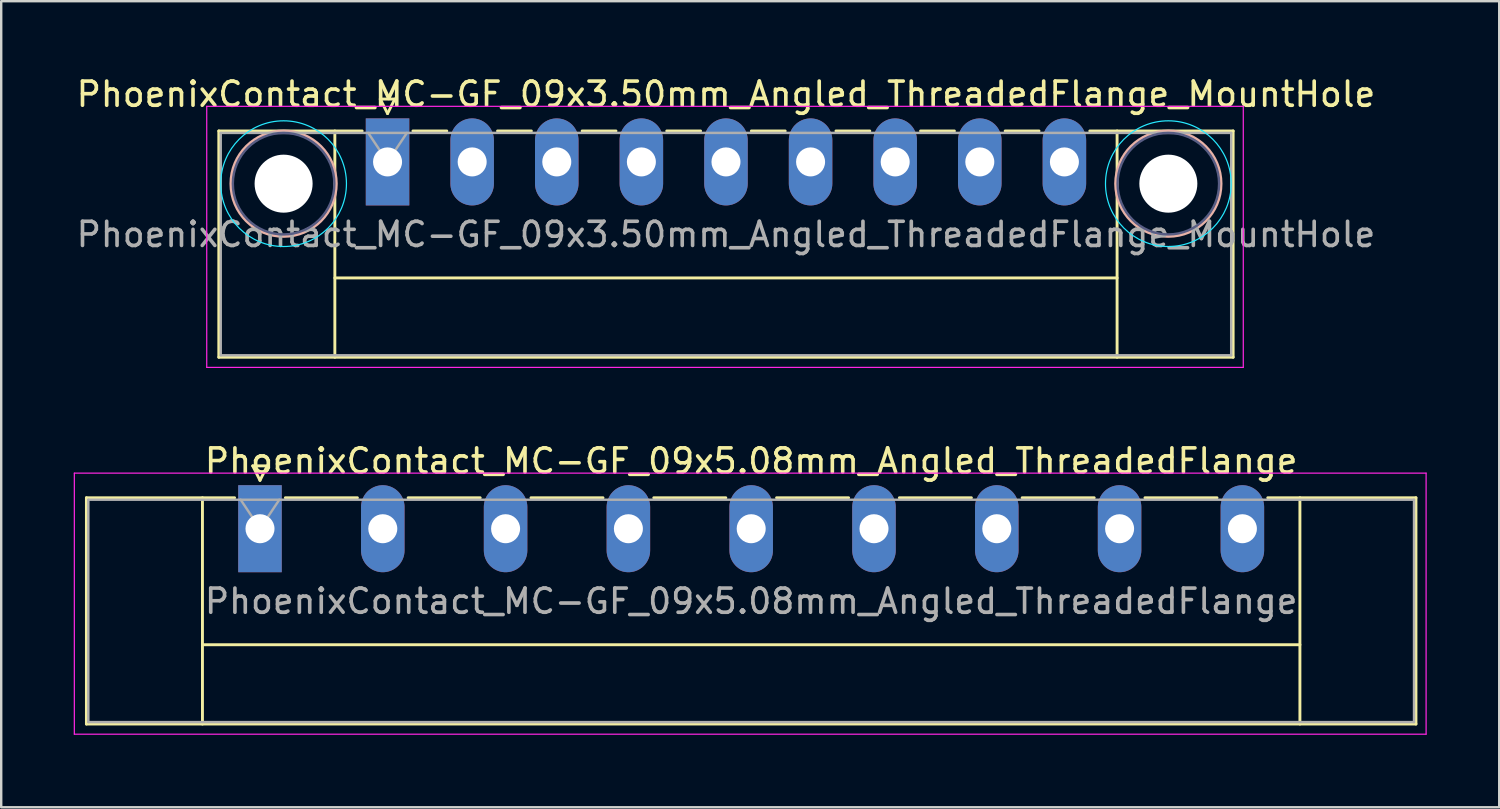
<source format=kicad_pcb>
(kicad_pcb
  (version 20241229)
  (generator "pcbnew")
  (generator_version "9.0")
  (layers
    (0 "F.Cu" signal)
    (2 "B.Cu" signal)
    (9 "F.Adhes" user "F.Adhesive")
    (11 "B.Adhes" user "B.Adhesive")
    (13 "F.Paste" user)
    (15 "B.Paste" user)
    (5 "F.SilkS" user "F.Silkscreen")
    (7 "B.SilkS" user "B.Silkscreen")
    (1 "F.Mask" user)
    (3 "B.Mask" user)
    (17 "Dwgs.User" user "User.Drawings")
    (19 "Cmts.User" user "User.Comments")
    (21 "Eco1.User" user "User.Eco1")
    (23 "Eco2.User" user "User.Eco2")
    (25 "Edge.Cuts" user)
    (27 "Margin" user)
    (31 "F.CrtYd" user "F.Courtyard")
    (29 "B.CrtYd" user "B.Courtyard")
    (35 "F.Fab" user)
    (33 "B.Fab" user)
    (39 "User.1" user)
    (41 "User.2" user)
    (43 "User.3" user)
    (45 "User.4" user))
  (footprint "PhoenixContact_MC-GF_09x3.50mm_Angled_ThreadedFlange_MountHole"
    (layer "F.Cu")
    (at 12.982 3.648)
    (property "Reference" "PhoenixContact_MC-GF_09x3.50mm_Angled_ThreadedFlange_MountHole" (at 14 -2.8 0) (layer "F.SilkS") (effects (font (size 1 1) (thickness 0.15))))
    (attr through_hole)
    (fp_line (start -6.98 -1.28) (end -6.98 8.08) (stroke (width 0.12) (type solid)) (layer "F.SilkS"))
    (fp_line (start -6.98 -1.28) (end -1.05 -1.28) (stroke (width 0.12) (type solid)) (layer "F.SilkS"))
    (fp_line (start -6.98 8.08) (end 34.98 8.08) (stroke (width 0.12) (type solid)) (layer "F.SilkS"))
    (fp_line (start -2.18 -1.28) (end -2.18 8.08) (stroke (width 0.12) (type solid)) (layer "F.SilkS"))
    (fp_line (start -2.18 4.8) (end 30.18 4.8) (stroke (width 0.12) (type solid)) (layer "F.SilkS"))
    (fp_line (start -0.3 -2.6) (end 0.3 -2.6) (stroke (width 0.12) (type solid)) (layer "F.SilkS"))
    (fp_line (start 0 -2) (end -0.3 -2.6) (stroke (width 0.12) (type solid)) (layer "F.SilkS"))
    (fp_line (start 0.3 -2.6) (end 0 -2) (stroke (width 0.12) (type solid)) (layer "F.SilkS"))
    (fp_line (start 1.05 -1.28) (end 2.45 -1.28) (stroke (width 0.12) (type solid)) (layer "F.SilkS"))
    (fp_line (start 4.55 -1.28) (end 5.95 -1.28) (stroke (width 0.12) (type solid)) (layer "F.SilkS"))
    (fp_line (start 8.05 -1.28) (end 9.45 -1.28) (stroke (width 0.12) (type solid)) (layer "F.SilkS"))
    (fp_line (start 11.55 -1.28) (end 12.95 -1.28) (stroke (width 0.12) (type solid)) (layer "F.SilkS"))
    (fp_line (start 15.05 -1.28) (end 16.45 -1.28) (stroke (width 0.12) (type solid)) (layer "F.SilkS"))
    (fp_line (start 18.55 -1.28) (end 19.95 -1.28) (stroke (width 0.12) (type solid)) (layer "F.SilkS"))
    (fp_line (start 22.05 -1.28) (end 23.45 -1.28) (stroke (width 0.12) (type solid)) (layer "F.SilkS"))
    (fp_line (start 25.55 -1.28) (end 26.95 -1.28) (stroke (width 0.12) (type solid)) (layer "F.SilkS"))
    (fp_line (start 30.18 -1.28) (end 30.18 8.08) (stroke (width 0.12) (type solid)) (layer "F.SilkS"))
    (fp_line (start 34.98 -1.28) (end 29.05 -1.28) (stroke (width 0.12) (type solid)) (layer "F.SilkS"))
    (fp_line (start 34.98 8.08) (end 34.98 -1.28) (stroke (width 0.12) (type solid)) (layer "F.SilkS"))
    (fp_circle (center -4.3 0.9) (end -2.12 0.9) (stroke (width 0.12) (type solid)) (fill no) (layer "B.SilkS"))
    (fp_circle (center 32.3 0.9) (end 34.48 0.9) (stroke (width 0.12) (type solid)) (fill no) (layer "B.SilkS"))
    (fp_circle (center -4.3 0.9) (end -1.7 0.9) (stroke (width 0.05) (type solid)) (fill no) (layer "B.CrtYd"))
    (fp_circle (center 32.3 0.9) (end 34.9 0.9) (stroke (width 0.05) (type solid)) (fill no) (layer "B.CrtYd"))
    (fp_line (start -7.48 -2.3) (end -7.48 8.5) (stroke (width 0.05) (type solid)) (layer "F.CrtYd"))
    (fp_line (start -7.48 8.5) (end 35.4 8.5) (stroke (width 0.05) (type solid)) (layer "F.CrtYd"))
    (fp_line (start 35.4 -2.3) (end -7.48 -2.3) (stroke (width 0.05) (type solid)) (layer "F.CrtYd"))
    (fp_line (start 35.4 8.5) (end 35.4 -2.3) (stroke (width 0.05) (type solid)) (layer "F.CrtYd"))
    (fp_circle (center -4.3 0.9) (end -2.2 0.9) (stroke (width 0.1) (type solid)) (fill no) (layer "B.Fab"))
    (fp_circle (center 32.3 0.9) (end 34.4 0.9) (stroke (width 0.1) (type solid)) (fill no) (layer "B.Fab"))
    (fp_line (start -6.9 -1.2) (end -6.9 8) (stroke (width 0.1) (type solid)) (layer "F.Fab"))
    (fp_line (start -6.9 8) (end 34.9 8) (stroke (width 0.1) (type solid)) (layer "F.Fab"))
    (fp_line (start 0 0) (end -0.8 -1.2) (stroke (width 0.1) (type solid)) (layer "F.Fab"))
    (fp_line (start 0.8 -1.2) (end 0 0) (stroke (width 0.1) (type solid)) (layer "F.Fab"))
    (fp_line (start 34.9 -1.2) (end -6.9 -1.2) (stroke (width 0.1) (type solid)) (layer "F.Fab"))
    (fp_line (start 34.9 8) (end 34.9 -1.2) (stroke (width 0.1) (type solid)) (layer "F.Fab"))
    (fp_text user "${REFERENCE}" (at 14 3 0) (layer "F.Fab") (effects (font (size 1 1) (thickness 0.15))))
    (pad "" np_thru_hole circle (at -4.3 0.9) (size 2.4 2.4) (drill 2.4) (layers "*.Cu" "*.Mask"))
    (pad "" np_thru_hole circle (at 32.3 0.9) (size 2.4 2.4) (drill 2.4) (layers "*.Cu" "*.Mask"))
    (pad "1" thru_hole rect (at 0 0) (size 1.8 3.6) (drill 1.2) (layers "*.Cu" "*.Mask"))
    (pad "2" thru_hole oval (at 3.5 0) (size 1.8 3.6) (drill 1.2) (layers "*.Cu" "*.Mask"))
    (pad "3" thru_hole oval (at 7 0) (size 1.8 3.6) (drill 1.2) (layers "*.Cu" "*.Mask"))
    (pad "4" thru_hole oval (at 10.5 0) (size 1.8 3.6) (drill 1.2) (layers "*.Cu" "*.Mask"))
    (pad "5" thru_hole oval (at 14 0) (size 1.8 3.6) (drill 1.2) (layers "*.Cu" "*.Mask"))
    (pad "6" thru_hole oval (at 17.5 0) (size 1.8 3.6) (drill 1.2) (layers "*.Cu" "*.Mask"))
    (pad "7" thru_hole oval (at 21 0) (size 1.8 3.6) (drill 1.2) (layers "*.Cu" "*.Mask"))
    (pad "8" thru_hole oval (at 24.5 0) (size 1.8 3.6) (drill 1.2) (layers "*.Cu" "*.Mask"))
    (pad "9" thru_hole oval (at 28 0) (size 1.8 3.6) (drill 1.2) (layers "*.Cu" "*.Mask")))
  (footprint "PhoenixContact_MC-GF_09x5.08mm_Angled_ThreadedFlange"
    (layer "F.Cu")
    (at 7.705 18.822)
    (property "Reference" "PhoenixContact_MC-GF_09x5.08mm_Angled_ThreadedFlange" (at 20.32 -2.8 0) (layer "F.SilkS") (effects (font (size 1 1) (thickness 0.15))))
    (attr through_hole)
    (fp_line (start -7.18 -1.28) (end -7.18 8.08) (stroke (width 0.12) (type solid)) (layer "F.SilkS"))
    (fp_line (start -7.18 -1.28) (end -1.05 -1.28) (stroke (width 0.12) (type solid)) (layer "F.SilkS"))
    (fp_line (start -7.18 8.08) (end 47.82 8.08) (stroke (width 0.12) (type solid)) (layer "F.SilkS"))
    (fp_line (start -2.38 -1.28) (end -2.38 8.08) (stroke (width 0.12) (type solid)) (layer "F.SilkS"))
    (fp_line (start -2.38 4.8) (end 43.02 4.8) (stroke (width 0.12) (type solid)) (layer "F.SilkS"))
    (fp_line (start -0.3 -2.6) (end 0.3 -2.6) (stroke (width 0.12) (type solid)) (layer "F.SilkS"))
    (fp_line (start 0 -2) (end -0.3 -2.6) (stroke (width 0.12) (type solid)) (layer "F.SilkS"))
    (fp_line (start 0.3 -2.6) (end 0 -2) (stroke (width 0.12) (type solid)) (layer "F.SilkS"))
    (fp_line (start 1.05 -1.28) (end 4.03 -1.28) (stroke (width 0.12) (type solid)) (layer "F.SilkS"))
    (fp_line (start 6.13 -1.28) (end 9.11 -1.28) (stroke (width 0.12) (type solid)) (layer "F.SilkS"))
    (fp_line (start 11.21 -1.28) (end 14.19 -1.28) (stroke (width 0.12) (type solid)) (layer "F.SilkS"))
    (fp_line (start 16.29 -1.28) (end 19.27 -1.28) (stroke (width 0.12) (type solid)) (layer "F.SilkS"))
    (fp_line (start 21.37 -1.28) (end 24.35 -1.28) (stroke (width 0.12) (type solid)) (layer "F.SilkS"))
    (fp_line (start 26.45 -1.28) (end 29.43 -1.28) (stroke (width 0.12) (type solid)) (layer "F.SilkS"))
    (fp_line (start 31.53 -1.28) (end 34.51 -1.28) (stroke (width 0.12) (type solid)) (layer "F.SilkS"))
    (fp_line (start 36.61 -1.28) (end 39.59 -1.28) (stroke (width 0.12) (type solid)) (layer "F.SilkS"))
    (fp_line (start 43.02 -1.28) (end 43.02 8.08) (stroke (width 0.12) (type solid)) (layer "F.SilkS"))
    (fp_line (start 47.82 -1.28) (end 41.69 -1.28) (stroke (width 0.12) (type solid)) (layer "F.SilkS"))
    (fp_line (start 47.82 8.08) (end 47.82 -1.28) (stroke (width 0.12) (type solid)) (layer "F.SilkS"))
    (fp_line (start -7.68 -2.3) (end -7.68 8.5) (stroke (width 0.05) (type solid)) (layer "F.CrtYd"))
    (fp_line (start -7.68 8.5) (end 48.24 8.5) (stroke (width 0.05) (type solid)) (layer "F.CrtYd"))
    (fp_line (start 48.24 -2.3) (end -7.68 -2.3) (stroke (width 0.05) (type solid)) (layer "F.CrtYd"))
    (fp_line (start 48.24 8.5) (end 48.24 -2.3) (stroke (width 0.05) (type solid)) (layer "F.CrtYd"))
    (fp_line (start -7.1 -1.2) (end -7.1 8) (stroke (width 0.1) (type solid)) (layer "F.Fab"))
    (fp_line (start -7.1 8) (end 47.74 8) (stroke (width 0.1) (type solid)) (layer "F.Fab"))
    (fp_line (start 0 0) (end -0.8 -1.2) (stroke (width 0.1) (type solid)) (layer "F.Fab"))
    (fp_line (start 0.8 -1.2) (end 0 0) (stroke (width 0.1) (type solid)) (layer "F.Fab"))
    (fp_line (start 47.74 -1.2) (end -7.1 -1.2) (stroke (width 0.1) (type solid)) (layer "F.Fab"))
    (fp_line (start 47.74 8) (end 47.74 -1.2) (stroke (width 0.1) (type solid)) (layer "F.Fab"))
    (fp_text user "${REFERENCE}" (at 20.32 3 0) (layer "F.Fab") (effects (font (size 1 1) (thickness 0.15))))
    (pad "1" thru_hole rect (at 0 0) (size 1.8 3.6) (drill 1.2) (layers "*.Cu" "*.Mask"))
    (pad "2" thru_hole oval (at 5.08 0) (size 1.8 3.6) (drill 1.2) (layers "*.Cu" "*.Mask"))
    (pad "3" thru_hole oval (at 10.16 0) (size 1.8 3.6) (drill 1.2) (layers "*.Cu" "*.Mask"))
    (pad "4" thru_hole oval (at 15.24 0) (size 1.8 3.6) (drill 1.2) (layers "*.Cu" "*.Mask"))
    (pad "5" thru_hole oval (at 20.32 0) (size 1.8 3.6) (drill 1.2) (layers "*.Cu" "*.Mask"))
    (pad "6" thru_hole oval (at 25.4 0) (size 1.8 3.6) (drill 1.2) (layers "*.Cu" "*.Mask"))
    (pad "7" thru_hole oval (at 30.48 0) (size 1.8 3.6) (drill 1.2) (layers "*.Cu" "*.Mask"))
    (pad "8" thru_hole oval (at 35.56 0) (size 1.8 3.6) (drill 1.2) (layers "*.Cu" "*.Mask"))
    (pad "9" thru_hole oval (at 40.64 0) (size 1.8 3.6) (drill 1.2) (layers "*.Cu" "*.Mask")))
  (gr_rect
    (start -3 -3)
    (end 58.97 30.346)
    (stroke (width 0.1) (type default))
    (fill no)
    (layer "Edge.Cuts")))
</source>
